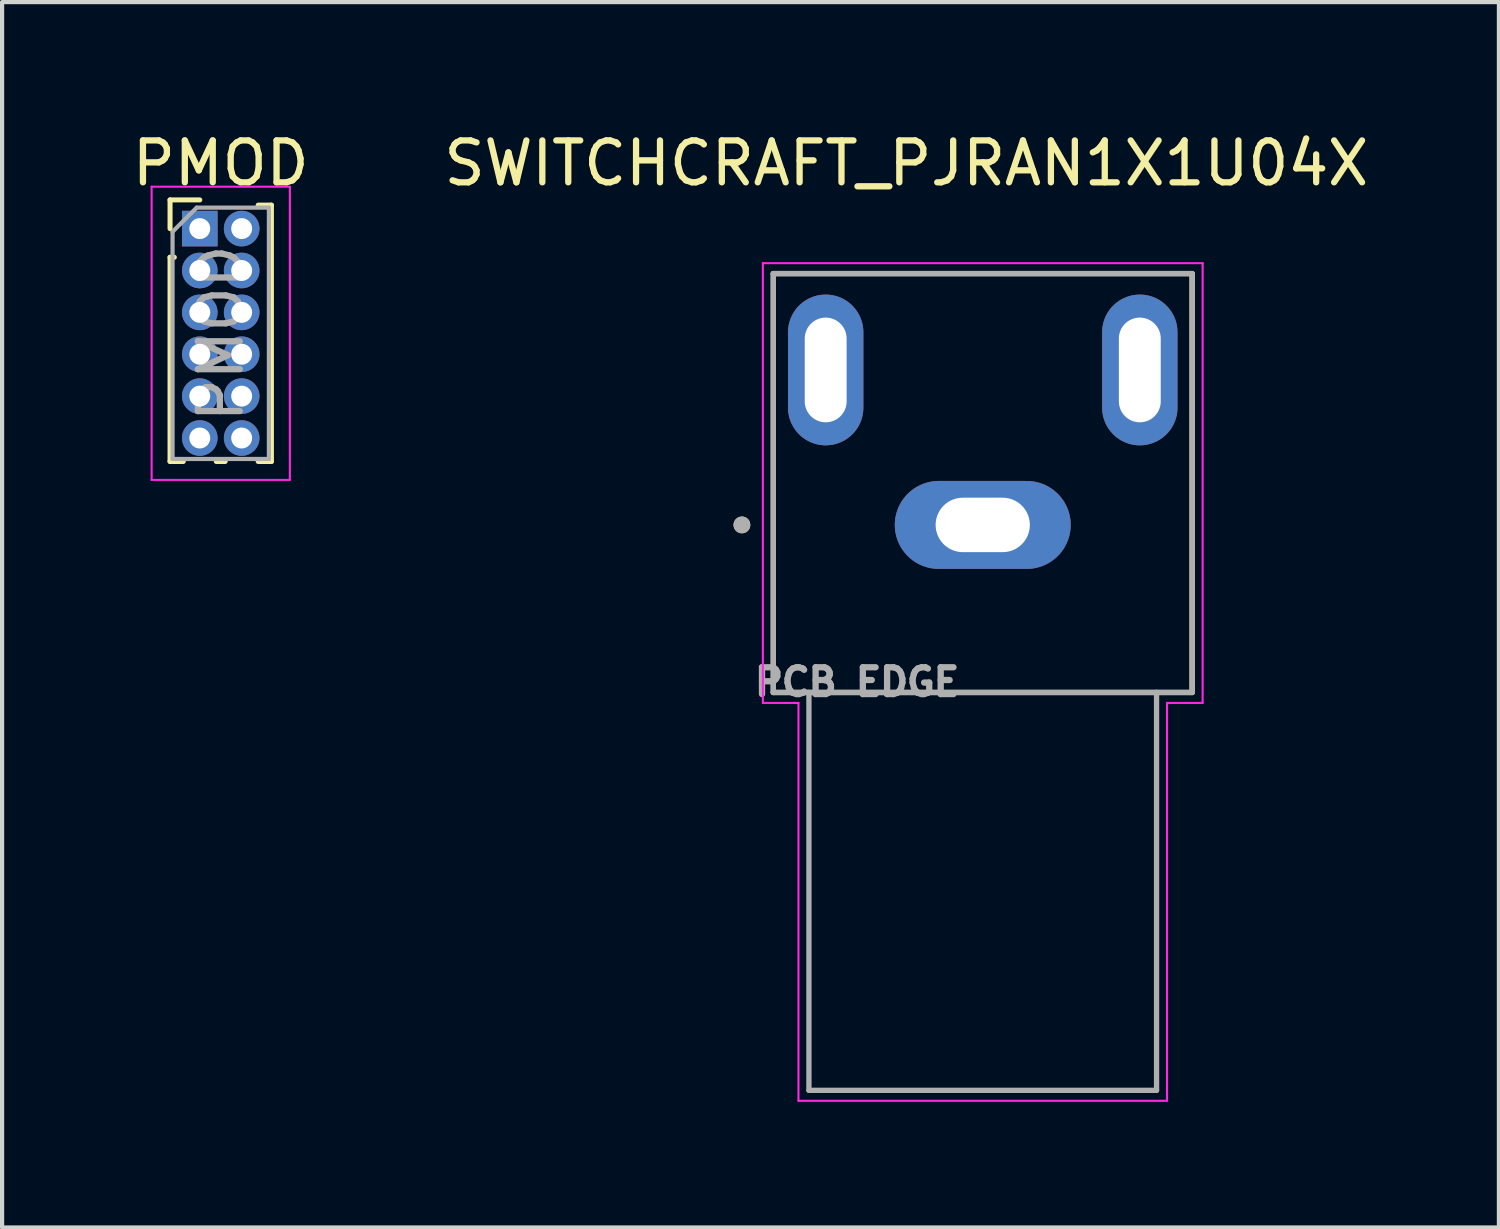
<source format=kicad_pcb>
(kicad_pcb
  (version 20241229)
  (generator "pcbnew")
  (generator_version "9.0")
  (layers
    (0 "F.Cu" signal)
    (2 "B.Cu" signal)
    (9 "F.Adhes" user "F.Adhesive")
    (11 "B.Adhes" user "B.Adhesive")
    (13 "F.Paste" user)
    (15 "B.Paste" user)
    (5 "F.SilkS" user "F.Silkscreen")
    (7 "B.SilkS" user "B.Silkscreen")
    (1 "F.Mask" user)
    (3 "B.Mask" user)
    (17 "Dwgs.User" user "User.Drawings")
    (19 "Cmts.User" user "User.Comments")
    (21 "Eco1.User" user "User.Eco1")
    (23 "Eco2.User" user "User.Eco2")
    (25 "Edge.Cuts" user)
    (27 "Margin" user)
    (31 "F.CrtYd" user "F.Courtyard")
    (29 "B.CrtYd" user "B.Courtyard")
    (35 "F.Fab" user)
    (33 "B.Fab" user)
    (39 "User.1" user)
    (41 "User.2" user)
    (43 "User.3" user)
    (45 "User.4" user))
  (footprint "PMOD"
    (layer "F.Cu")
    (at 1.72 2.408)
    (property "Reference" "PMOD" (at 0.5 -1.56 0) (layer "F.SilkS") (effects (font (size 1 1) (thickness 0.15))))
    (attr through_hole)
    (fp_line (start -0.71 -0.685) (end 0 -0.685) (stroke (width 0.12) (type solid)) (layer "F.SilkS"))
    (fp_line (start -0.71 0) (end -0.71 -0.685) (stroke (width 0.12) (type solid)) (layer "F.SilkS"))
    (fp_line (start -0.71 0.685) (end -0.71 5.56) (stroke (width 0.12) (type solid)) (layer "F.SilkS"))
    (fp_line (start -0.71 0.685) (end -0.608 0.685) (stroke (width 0.12) (type solid)) (layer "F.SilkS"))
    (fp_line (start -0.71 5.56) (end -0.394 5.56) (stroke (width 0.12) (type solid)) (layer "F.SilkS"))
    (fp_line (start 0.394 5.56) (end 0.606 5.56) (stroke (width 0.12) (type solid)) (layer "F.SilkS"))
    (fp_line (start 1.394 -0.56) (end 1.71 -0.56) (stroke (width 0.12) (type solid)) (layer "F.SilkS"))
    (fp_line (start 1.394 5.56) (end 1.71 5.56) (stroke (width 0.12) (type solid)) (layer "F.SilkS"))
    (fp_line (start 1.71 -0.56) (end 1.71 5.56) (stroke (width 0.12) (type solid)) (layer "F.SilkS"))
    (fp_line (start -1.15 -1) (end -1.15 6) (stroke (width 0.05) (type solid)) (layer "F.CrtYd"))
    (fp_line (start -1.15 6) (end 2.15 6) (stroke (width 0.05) (type solid)) (layer "F.CrtYd"))
    (fp_line (start 2.15 -1) (end -1.15 -1) (stroke (width 0.05) (type solid)) (layer "F.CrtYd"))
    (fp_line (start 2.15 6) (end 2.15 -1) (stroke (width 0.05) (type solid)) (layer "F.CrtYd"))
    (fp_line (start -0.65 0.075) (end -0.075 -0.5) (stroke (width 0.1) (type solid)) (layer "F.Fab"))
    (fp_line (start -0.65 5.5) (end -0.65 0.075) (stroke (width 0.1) (type solid)) (layer "F.Fab"))
    (fp_line (start -0.075 -0.5) (end 1.65 -0.5) (stroke (width 0.1) (type solid)) (layer "F.Fab"))
    (fp_line (start 1.65 -0.5) (end 1.65 5.5) (stroke (width 0.1) (type solid)) (layer "F.Fab"))
    (fp_line (start 1.65 5.5) (end -0.65 5.5) (stroke (width 0.1) (type solid)) (layer "F.Fab"))
    (fp_text user "${REFERENCE}" (at 0.5 2.5 90) (layer "F.Fab") (effects (font (size 1 1) (thickness 0.15))))
    (pad "1" thru_hole rect (at 0 0) (size 0.85 0.85) (drill 0.5) (layers "*.Cu" "*.Mask"))
    (pad "2" thru_hole oval (at 0 1) (size 0.85 0.85) (drill 0.5) (layers "*.Cu" "*.Mask"))
    (pad "3" thru_hole oval (at 0 2) (size 0.85 0.85) (drill 0.5) (layers "*.Cu" "*.Mask"))
    (pad "4" thru_hole oval (at 0 3) (size 0.85 0.85) (drill 0.5) (layers "*.Cu" "*.Mask"))
    (pad "5" thru_hole oval (at 0 4) (size 0.85 0.85) (drill 0.5) (layers "*.Cu" "*.Mask"))
    (pad "6" thru_hole oval (at 0 5) (size 0.85 0.85) (drill 0.5) (layers "*.Cu" "*.Mask"))
    (pad "7" thru_hole oval (at 1 0) (size 0.85 0.85) (drill 0.5) (layers "*.Cu" "*.Mask"))
    (pad "8" thru_hole oval (at 1 1) (size 0.85 0.85) (drill 0.5) (layers "*.Cu" "*.Mask"))
    (pad "9" thru_hole oval (at 1 2) (size 0.85 0.85) (drill 0.5) (layers "*.Cu" "*.Mask"))
    (pad "10" thru_hole oval (at 1 3) (size 0.85 0.85) (drill 0.5) (layers "*.Cu" "*.Mask"))
    (pad "11" thru_hole oval (at 1 4) (size 0.85 0.85) (drill 0.5) (layers "*.Cu" "*.Mask"))
    (pad "12" thru_hole oval (at 1 5) (size 0.85 0.85) (drill 0.5) (layers "*.Cu" "*.Mask")))
  (footprint "SWITCHCRAFT_PJRAN1X1U04X"
    (layer "F.Cu")
    (at 20.414 9.483)
    (property "Reference" "SWITCHCRAFT_PJRAN1X1U04X" (at -1.825 -8.635 0) (layer "F.SilkS") (effects (font (size 1 1) (thickness 0.15))))
    (attr through_hole)
    (fp_line (start -5 -6) (end -5 4) (stroke (width 0.127) (type solid)) (layer "F.SilkS"))
    (fp_line (start -5 4) (end 5 4) (stroke (width 0.127) (type solid)) (layer "F.SilkS"))
    (fp_line (start 5 -6) (end -5 -6) (stroke (width 0.127) (type solid)) (layer "F.SilkS"))
    (fp_line (start 5 4) (end 5 -6) (stroke (width 0.127) (type solid)) (layer "F.SilkS"))
    (fp_circle (center -5.75 0) (end -5.65 0) (stroke (width 0.2) (type solid)) (fill no) (layer "F.SilkS"))
    (fp_line (start -5.25 -6.25) (end -5.25 4.25) (stroke (width 0.05) (type solid)) (layer "F.CrtYd"))
    (fp_line (start -5.25 4.25) (end -4.4 4.25) (stroke (width 0.05) (type solid)) (layer "F.CrtYd"))
    (fp_line (start -4.4 4.25) (end -4.4 13.75) (stroke (width 0.05) (type solid)) (layer "F.CrtYd"))
    (fp_line (start -4.4 13.75) (end 4.4 13.75) (stroke (width 0.05) (type solid)) (layer "F.CrtYd"))
    (fp_line (start 4.4 4.25) (end 5.25 4.25) (stroke (width 0.05) (type solid)) (layer "F.CrtYd"))
    (fp_line (start 4.4 13.75) (end 4.4 4.25) (stroke (width 0.05) (type solid)) (layer "F.CrtYd"))
    (fp_line (start 5.25 -6.25) (end -5.25 -6.25) (stroke (width 0.05) (type solid)) (layer "F.CrtYd"))
    (fp_line (start 5.25 4.25) (end 5.25 -6.25) (stroke (width 0.05) (type solid)) (layer "F.CrtYd"))
    (fp_line (start -5 -6) (end -5 4) (stroke (width 0.127) (type solid)) (layer "F.Fab"))
    (fp_line (start -5 4) (end -4.15 4) (stroke (width 0.127) (type solid)) (layer "F.Fab"))
    (fp_line (start -4.15 4) (end -4.15 13.5) (stroke (width 0.127) (type solid)) (layer "F.Fab"))
    (fp_line (start -4.15 4) (end 4.15 4) (stroke (width 0.127) (type solid)) (layer "F.Fab"))
    (fp_line (start -4.15 13.5) (end 4.15 13.5) (stroke (width 0.127) (type solid)) (layer "F.Fab"))
    (fp_line (start 4.15 4) (end 5 4) (stroke (width 0.127) (type solid)) (layer "F.Fab"))
    (fp_line (start 4.15 13.5) (end 4.15 4) (stroke (width 0.127) (type solid)) (layer "F.Fab"))
    (fp_line (start 5 -6) (end -5 -6) (stroke (width 0.127) (type solid)) (layer "F.Fab"))
    (fp_line (start 5 4) (end 5 -6) (stroke (width 0.127) (type solid)) (layer "F.Fab"))
    (fp_circle (center -5.75 0) (end -5.65 0) (stroke (width 0.2) (type solid)) (fill no) (layer "F.Fab"))
    (fp_text user "PCB EDGE" (at -3 3.75 0) (layer "F.Fab") (effects (font (size 0.64 0.64) (thickness 0.15))))
    (pad "1" thru_hole oval (at 0 0) (size 4.2 2.1) (drill oval 2.25 1.3) (layers "*.Cu" "*.Mask"))
    (pad "2" thru_hole oval (at -3.75 -3.7) (size 1.8 3.6) (drill oval 1 2.5) (layers "*.Cu" "*.Mask"))
    (pad "3" thru_hole oval (at 3.75 -3.7) (size 1.8 3.6) (drill oval 1 2.5) (layers "*.Cu" "*.Mask")))
  (gr_rect
    (start -3 -3)
    (end 32.738 26.258)
    (stroke (width 0.1) (type default))
    (fill no)
    (layer "Edge.Cuts")))
</source>
